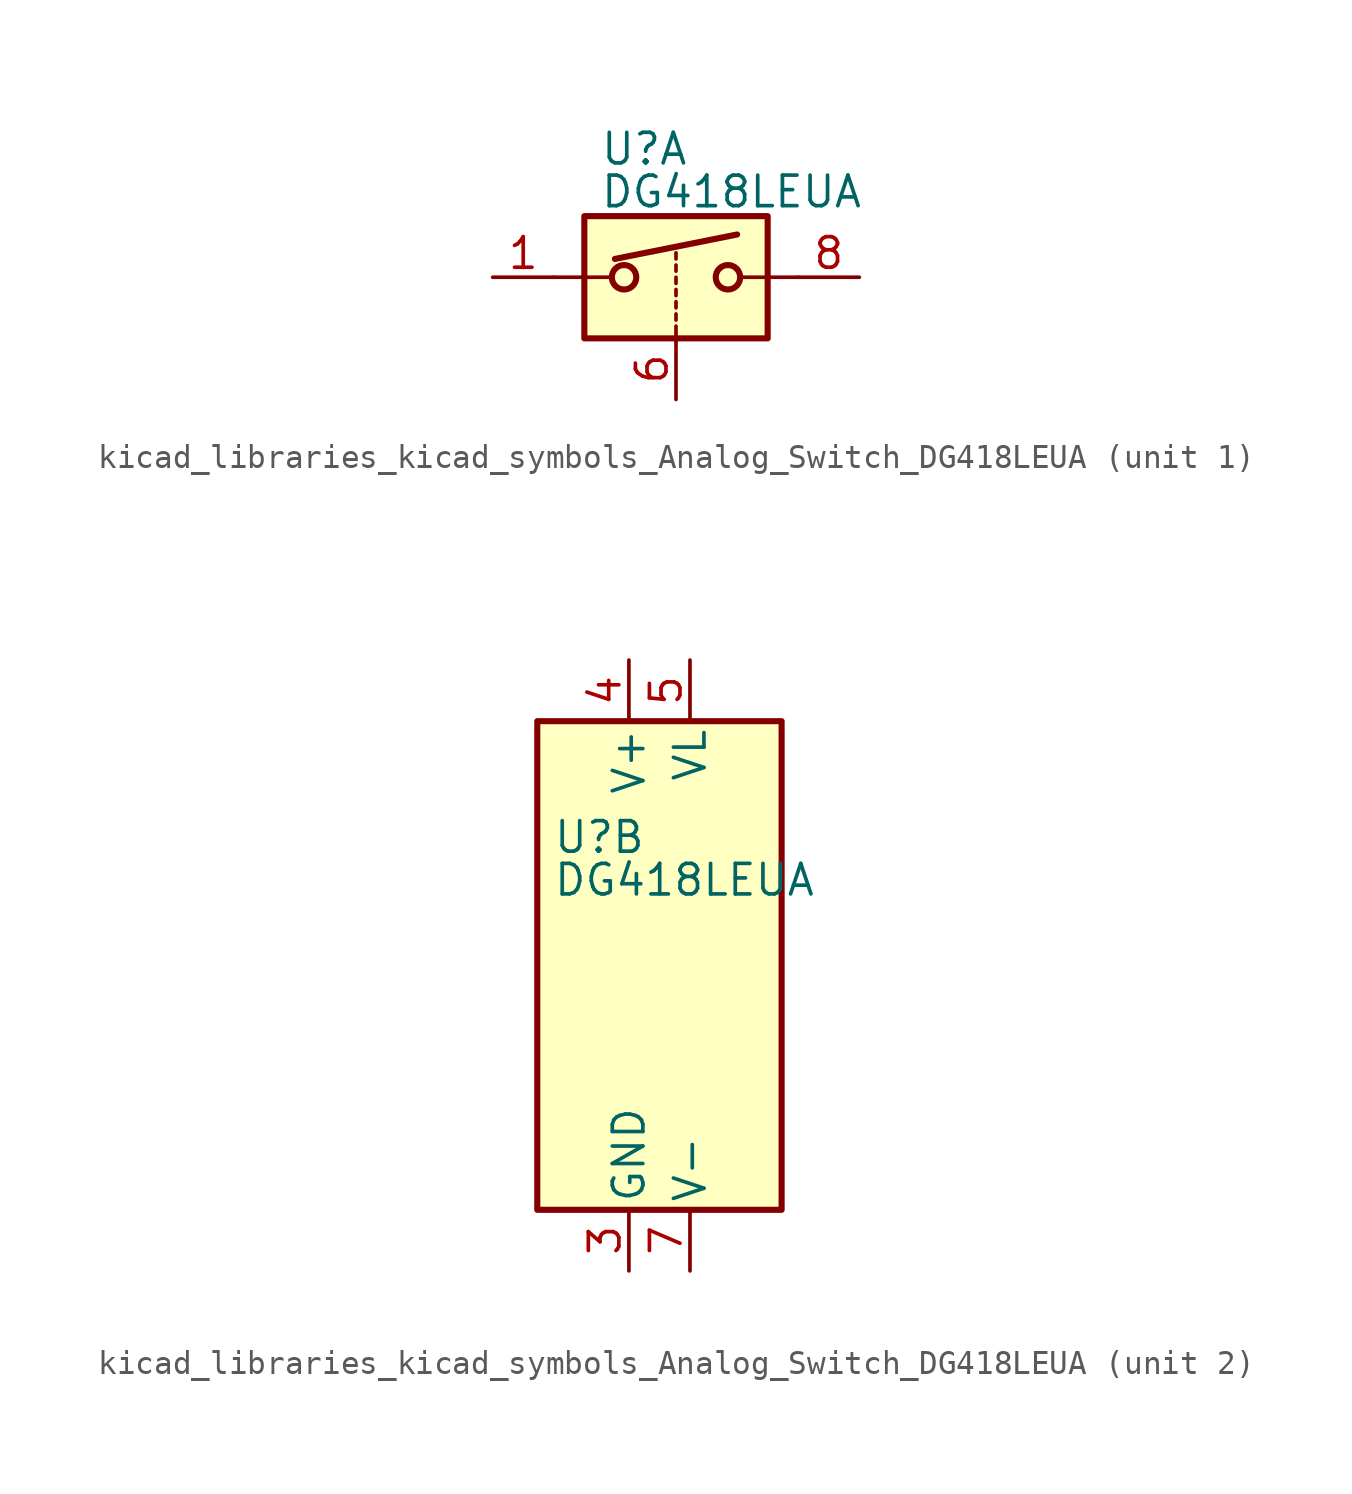
<source format=kicad_sym>
(kicad_symbol_lib
  (version 20220914)
  (generator kicad_symbol_editor)
  (symbol "kicad_libraries_kicad_symbols_Analog_Switch_DG418LEUA"
    (pin_names
      (offset 0.254))
    (property "Reference" "U"
      (at -3.175 5.334 0)
      (effects (font (size 1.27 1.27)) (justify left)))
    (property "Value" "DG418LEUA"
      (at -3.175 3.556 0)
      (effects (font (size 1.27 1.27)) (justify left)))
    (symbol "kicad_libraries_kicad_symbols_Analog_Switch_DG418LEUA_1_1"
      (rectangle (start -3.81 2.54) (end 3.81 -2.54) (stroke (width 0.254) (type default)) (fill (type background)))
      (circle (center -2.159 0) (radius 0.508) (stroke (width 0.254) (type default)) (fill (type none)))
      (polyline (pts (xy -5.08 0) (xy -2.794 0)) (stroke (width 0) (type default)) (fill (type none)))
      (polyline (pts (xy -2.54 0.762) (xy 2.54 1.778)) (stroke (width 0.254) (type default)) (fill (type none)))
      (polyline (pts (xy 0 -2.54) (xy 0 -2.032)) (stroke (width 0) (type default)) (fill (type none)))
      (polyline (pts (xy 0 -1.778) (xy 0 -1.524)) (stroke (width 0) (type default)) (fill (type none)))
      (polyline (pts (xy 0 -1.27) (xy 0 -1.016)) (stroke (width 0) (type default)) (fill (type none)))
      (polyline (pts (xy 0 -0.762) (xy 0 -0.508)) (stroke (width 0) (type default)) (fill (type none)))
      (polyline (pts (xy 0 -0.254) (xy 0 0)) (stroke (width 0) (type default)) (fill (type none)))
      (polyline (pts (xy 0 0.254) (xy 0 0.508)) (stroke (width 0) (type default)) (fill (type none)))
      (polyline (pts (xy 0 0.762) (xy 0 1.016)) (stroke (width 0) (type default)) (fill (type none)))
      (polyline (pts (xy 5.08 0) (xy 2.794 0)) (stroke (width 0) (type default)) (fill (type none)))
      (circle (center 2.159 0) (radius 0.508) (stroke (width 0.254) (type default)) (fill (type none)))
      (pin passive line (at -7.62 0 0) (length 2.54) (name "~" (effects (font (size 1.27 1.27)))) (number "1" (effects (font (size 1.27 1.27)))))
      (pin input line (at 0 -5.08 90) (length 2.54) (name "~" (effects (font (size 1.27 1.27)))) (number "6" (effects (font (size 1.27 1.27)))))
      (pin passive line (at 7.62 0 180) (length 2.54) (name "~" (effects (font (size 1.27 1.27)))) (number "8" (effects (font (size 1.27 1.27))))))
    (symbol "kicad_libraries_kicad_symbols_Analog_Switch_DG418LEUA_2_0"
      (pin no_connect line (at -2.54 10.16 270) (length 2.54) hide (name "NC" (effects (font (size 1.27 1.27)))) (number "2" (effects (font (size 1.27 1.27)))))
      (pin power_in line (at 0 -12.7 90) (length 2.54) (name "GND" (effects (font (size 1.27 1.27)))) (number "3" (effects (font (size 1.27 1.27)))))
      (pin power_in line (at 0 12.7 270) (length 2.54) (name "V+" (effects (font (size 1.27 1.27)))) (number "4" (effects (font (size 1.27 1.27)))))
      (pin power_in line (at 2.54 12.7 270) (length 2.54) (name "VL" (effects (font (size 1.27 1.27)))) (number "5" (effects (font (size 1.27 1.27)))))
      (pin power_in line (at 2.54 -12.7 90) (length 2.54) (name "V-" (effects (font (size 1.27 1.27)))) (number "7" (effects (font (size 1.27 1.27))))))
    (symbol "kicad_libraries_kicad_symbols_Analog_Switch_DG418LEUA_2_1"
      (rectangle (start -3.81 10.16) (end 6.35 -10.16) (stroke (width 0.254) (type default)) (fill (type background))))))
</source>
